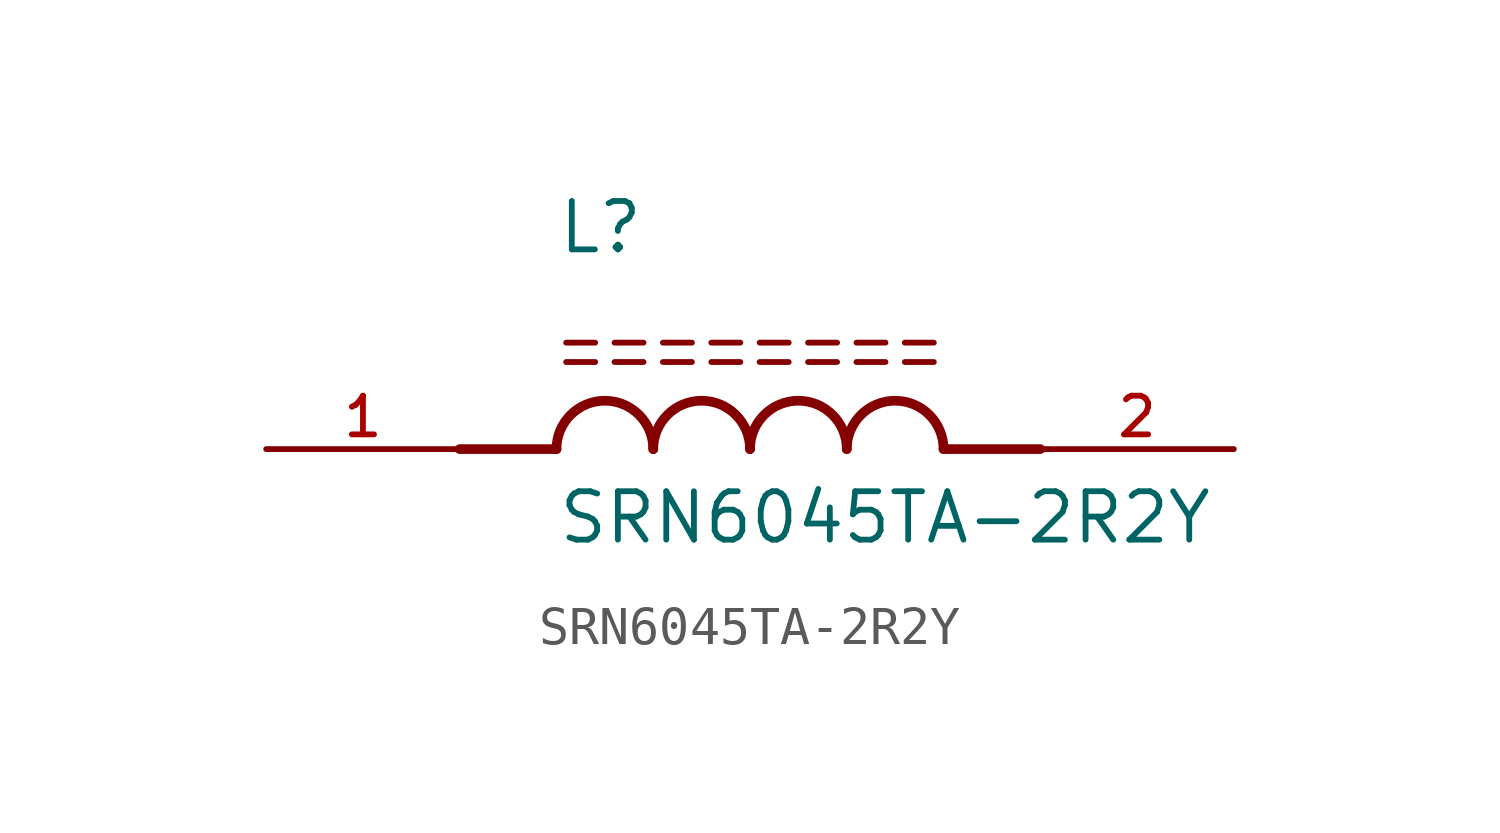
<source format=kicad_sym>
(kicad_symbol_lib
  (version 20211014)
  (generator kicad_symbol_editor)
  (symbol "SRN6045TA-2R2Y"
    (pin_names
      (offset 1.016))
    (property "Reference" "L"
      (at -5.08 5.08 0)
      (effects (font (size 1.27 1.27)) (justify bottom left)))
    (property "Value" "SRN6045TA-2R2Y"
      (at -5.08 -2.54 0)
      (effects (font (size 1.27 1.27)) (justify bottom left)))
    (symbol "SRN6045TA-2R2Y_0_0"
      (polyline (pts (xy -5.08 0.0) (xy -7.62 0.0)) (stroke (width 0.254)))
      (polyline (pts (xy 5.08 0.0) (xy 7.62 0.0)) (stroke (width 0.254)))
      (arc (start -2.54 0.0) (mid -3.81 1.27) (end -5.08 0.0) (stroke (width 0.254) (type default) (color 0 0 0 0)) (fill (type none)))
      (arc (start 0.0 0.0) (mid -1.27 1.27) (end -2.54 0.0) (stroke (width 0.254) (type default) (color 0 0 0 0)) (fill (type none)))
      (arc (start 2.54 0.0) (mid 1.27 1.27) (end 0.0 0.0) (stroke (width 0.254) (type default) (color 0 0 0 0)) (fill (type none)))
      (arc (start 5.08 0.0) (mid 3.81 1.27) (end 2.54 0.0) (stroke (width 0.254) (type default) (color 0 0 0 0)) (fill (type none)))
      (polyline (pts (xy -4.826 2.794) (xy -4.064 2.794)) (stroke (width 0.152)))
      (polyline (pts (xy -4.826 2.286) (xy -4.064 2.286)) (stroke (width 0.152)))
      (polyline (pts (xy -3.556 2.794) (xy -2.794 2.794)) (stroke (width 0.152)))
      (polyline (pts (xy -3.556 2.286) (xy -2.794 2.286)) (stroke (width 0.152)))
      (polyline (pts (xy -2.286 2.794) (xy -1.524 2.794)) (stroke (width 0.152)))
      (polyline (pts (xy -2.286 2.286) (xy -1.524 2.286)) (stroke (width 0.152)))
      (polyline (pts (xy -1.016 2.794) (xy -0.254 2.794)) (stroke (width 0.152)))
      (polyline (pts (xy -1.016 2.286) (xy -0.254 2.286)) (stroke (width 0.152)))
      (polyline (pts (xy 0.254 2.794) (xy 1.016 2.794)) (stroke (width 0.152)))
      (polyline (pts (xy 0.254 2.286) (xy 1.016 2.286)) (stroke (width 0.152)))
      (polyline (pts (xy 1.524 2.794) (xy 2.286 2.794)) (stroke (width 0.152)))
      (polyline (pts (xy 1.524 2.286) (xy 2.286 2.286)) (stroke (width 0.152)))
      (polyline (pts (xy 2.794 2.794) (xy 3.556 2.794)) (stroke (width 0.152)))
      (polyline (pts (xy 2.794 2.286) (xy 3.556 2.286)) (stroke (width 0.152)))
      (polyline (pts (xy 4.064 2.794) (xy 4.826 2.794)) (stroke (width 0.152)))
      (polyline (pts (xy 4.064 2.286) (xy 4.826 2.286)) (stroke (width 0.152)))
      (pin passive line (at -12.7 0.0 0) (length 5.08) (name "~" (effects (font (size 1.016 1.016)))) (number "1" (effects (font (size 1.016 1.016)))))
      (pin passive line (at 12.7 0.0 180.0) (length 5.08) (name "~" (effects (font (size 1.016 1.016)))) (number "2" (effects (font (size 1.016 1.016))))))))
</source>
